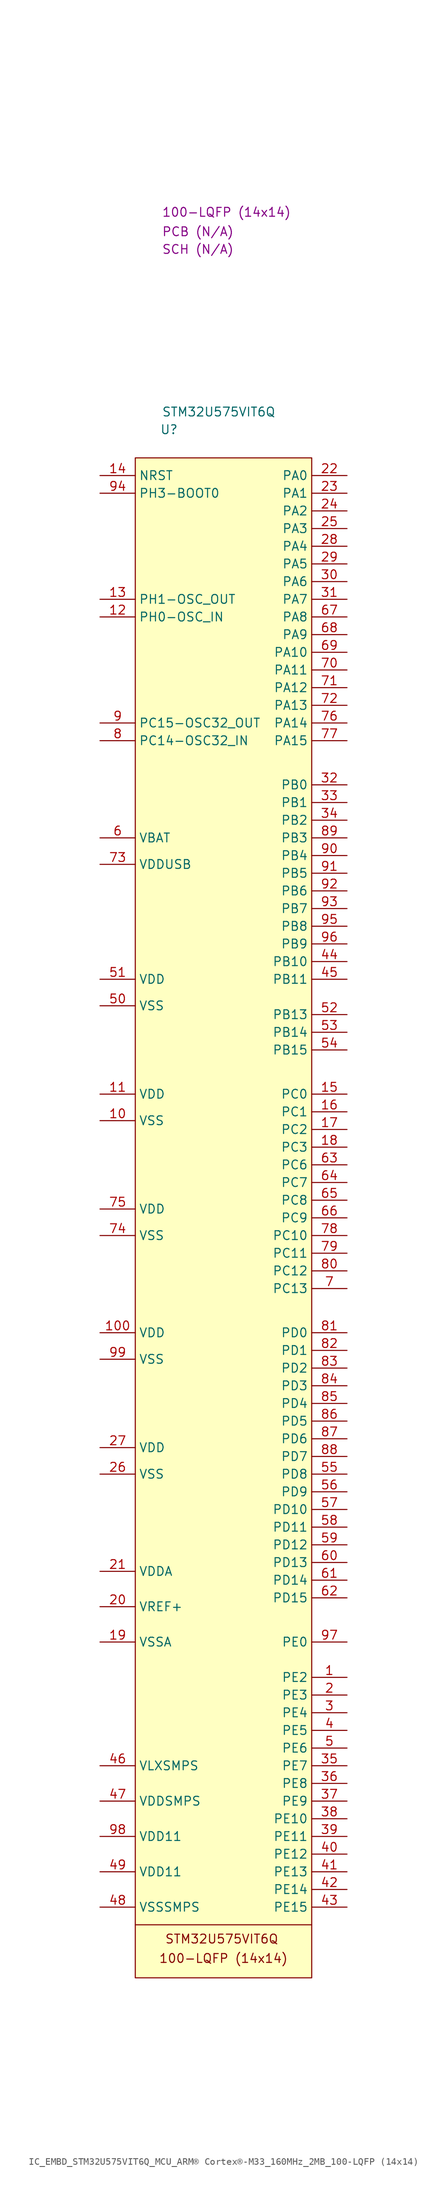
<source format=kicad_sym>
(kicad_symbol_lib
  (version 20231120)
  (generator "kicad_symbol_editor")
  (generator_version "8.0")
  (symbol "IC_EMBD_STM32U575VIT6Q_MCU_ARM® Cortex®-M33_160MHz_2MB_100-LQFP (14x14)"
    (property "Reference" "U"
      (at 3.556 4.064 0)
      (effects (font (size 1.27 1.27)) (justify left)))
    (property "Value" "STM32U575VIT6Q"
      (at 3.81 6.604 0)
      (effects (font (size 1.27 1.27)) (justify left)))
    (property "Package" "100-LQFP (14x14)"
      (at 3.81 35.306 0)
      (effects (font (size 1.27 1.27)) (justify left)))
    (property "SCH CHECK" "SCH (N/A)"
      (at 3.81 29.972 0)
      (effects (font (size 1.27 1.27)) (justify left)))
    (property "PCB CHECK" "PCB (N/A)"
      (at 3.81 32.512 0)
      (effects (font (size 1.27 1.27)) (justify left)))
    (symbol "IC_EMBD_STM32U575VIT6Q_MCU_ARM® Cortex®-M33_160MHz_2MB_100-LQFP (14x14)_0_1"
      (polyline (pts (xy 0 -210.82) (xy 25.4 -210.82)) (stroke (width 0) (type default)) (fill (type none))))
    (symbol "IC_EMBD_STM32U575VIT6Q_MCU_ARM® Cortex®-M33_160MHz_2MB_100-LQFP (14x14)_1_1"
      (rectangle (start 0 0) (end 25.4 -218.44) (stroke (width 0) (type default)) (fill (type background)))
      (text "100-LQFP (14x14)" (at 12.7 -215.646 0) (effects (font (size 1.27 1.27))))
      (text "STM32U575VIT6Q" (at 12.446 -212.852 0) (effects (font (size 1.27 1.27))))
      (pin passive line (at 30.48 -175.26 180) (length 5.08) (name "PE2" (effects (font (size 1.27 1.27)))) (number "1" (effects (font (size 1.27 1.27)))))
      (pin passive line (at -5.08 -95.25 0) (length 5.08) (name "VSS" (effects (font (size 1.27 1.27)))) (number "10" (effects (font (size 1.27 1.27)))))
      (pin passive line (at -5.08 -125.73 0) (length 5.08) (name "VDD" (effects (font (size 1.27 1.27)))) (number "100" (effects (font (size 1.27 1.27)))))
      (pin passive line (at -5.08 -91.44 0) (length 5.08) (name "VDD" (effects (font (size 1.27 1.27)))) (number "11" (effects (font (size 1.27 1.27)))))
      (pin passive line (at -5.08 -22.86 0) (length 5.08) (name "PH0-OSC_IN" (effects (font (size 1.27 1.27)))) (number "12" (effects (font (size 1.27 1.27)))))
      (pin passive line (at -5.08 -20.32 0) (length 5.08) (name "PH1-OSC_OUT" (effects (font (size 1.27 1.27)))) (number "13" (effects (font (size 1.27 1.27)))))
      (pin passive line (at -5.08 -2.54 0) (length 5.08) (name "NRST" (effects (font (size 1.27 1.27)))) (number "14" (effects (font (size 1.27 1.27)))))
      (pin passive line (at 30.48 -91.44 180) (length 5.08) (name "PC0" (effects (font (size 1.27 1.27)))) (number "15" (effects (font (size 1.27 1.27)))))
      (pin passive line (at 30.48 -93.98 180) (length 5.08) (name "PC1" (effects (font (size 1.27 1.27)))) (number "16" (effects (font (size 1.27 1.27)))))
      (pin passive line (at 30.48 -96.52 180) (length 5.08) (name "PC2" (effects (font (size 1.27 1.27)))) (number "17" (effects (font (size 1.27 1.27)))))
      (pin passive line (at 30.48 -99.06 180) (length 5.08) (name "PC3" (effects (font (size 1.27 1.27)))) (number "18" (effects (font (size 1.27 1.27)))))
      (pin passive line (at -5.08 -170.18 0) (length 5.08) (name "VSSA" (effects (font (size 1.27 1.27)))) (number "19" (effects (font (size 1.27 1.27)))))
      (pin passive line (at 30.48 -177.8 180) (length 5.08) (name "PE3" (effects (font (size 1.27 1.27)))) (number "2" (effects (font (size 1.27 1.27)))))
      (pin passive line (at -5.08 -165.1 0) (length 5.08) (name "VREF+" (effects (font (size 1.27 1.27)))) (number "20" (effects (font (size 1.27 1.27)))))
      (pin passive line (at -5.08 -160.02 0) (length 5.08) (name "VDDA" (effects (font (size 1.27 1.27)))) (number "21" (effects (font (size 1.27 1.27)))))
      (pin passive line (at 30.48 -2.54 180) (length 5.08) (name "PA0" (effects (font (size 1.27 1.27)))) (number "22" (effects (font (size 1.27 1.27)))))
      (pin passive line (at 30.48 -5.08 180) (length 5.08) (name "PA1" (effects (font (size 1.27 1.27)))) (number "23" (effects (font (size 1.27 1.27)))))
      (pin passive line (at 30.48 -7.62 180) (length 5.08) (name "PA2" (effects (font (size 1.27 1.27)))) (number "24" (effects (font (size 1.27 1.27)))))
      (pin passive line (at 30.48 -10.16 180) (length 5.08) (name "PA3" (effects (font (size 1.27 1.27)))) (number "25" (effects (font (size 1.27 1.27)))))
      (pin passive line (at -5.08 -146.05 0) (length 5.08) (name "VSS" (effects (font (size 1.27 1.27)))) (number "26" (effects (font (size 1.27 1.27)))))
      (pin passive line (at -5.08 -142.24 0) (length 5.08) (name "VDD" (effects (font (size 1.27 1.27)))) (number "27" (effects (font (size 1.27 1.27)))))
      (pin passive line (at 30.48 -12.7 180) (length 5.08) (name "PA4" (effects (font (size 1.27 1.27)))) (number "28" (effects (font (size 1.27 1.27)))))
      (pin passive line (at 30.48 -15.24 180) (length 5.08) (name "PA5" (effects (font (size 1.27 1.27)))) (number "29" (effects (font (size 1.27 1.27)))))
      (pin passive line (at 30.48 -180.34 180) (length 5.08) (name "PE4" (effects (font (size 1.27 1.27)))) (number "3" (effects (font (size 1.27 1.27)))))
      (pin passive line (at 30.48 -17.78 180) (length 5.08) (name "PA6" (effects (font (size 1.27 1.27)))) (number "30" (effects (font (size 1.27 1.27)))))
      (pin passive line (at 30.48 -20.32 180) (length 5.08) (name "PA7" (effects (font (size 1.27 1.27)))) (number "31" (effects (font (size 1.27 1.27)))))
      (pin passive line (at 30.48 -46.99 180) (length 5.08) (name "PB0" (effects (font (size 1.27 1.27)))) (number "32" (effects (font (size 1.27 1.27)))))
      (pin passive line (at 30.48 -49.53 180) (length 5.08) (name "PB1" (effects (font (size 1.27 1.27)))) (number "33" (effects (font (size 1.27 1.27)))))
      (pin passive line (at 30.48 -52.07 180) (length 5.08) (name "PB2" (effects (font (size 1.27 1.27)))) (number "34" (effects (font (size 1.27 1.27)))))
      (pin passive line (at 30.48 -187.96 180) (length 5.08) (name "PE7" (effects (font (size 1.27 1.27)))) (number "35" (effects (font (size 1.27 1.27)))))
      (pin passive line (at 30.48 -190.5 180) (length 5.08) (name "PE8" (effects (font (size 1.27 1.27)))) (number "36" (effects (font (size 1.27 1.27)))))
      (pin passive line (at 30.48 -193.04 180) (length 5.08) (name "PE9" (effects (font (size 1.27 1.27)))) (number "37" (effects (font (size 1.27 1.27)))))
      (pin passive line (at 30.48 -195.58 180) (length 5.08) (name "PE10" (effects (font (size 1.27 1.27)))) (number "38" (effects (font (size 1.27 1.27)))))
      (pin passive line (at 30.48 -198.12 180) (length 5.08) (name "PE11" (effects (font (size 1.27 1.27)))) (number "39" (effects (font (size 1.27 1.27)))))
      (pin passive line (at 30.48 -182.88 180) (length 5.08) (name "PE5" (effects (font (size 1.27 1.27)))) (number "4" (effects (font (size 1.27 1.27)))))
      (pin passive line (at 30.48 -200.66 180) (length 5.08) (name "PE12" (effects (font (size 1.27 1.27)))) (number "40" (effects (font (size 1.27 1.27)))))
      (pin passive line (at 30.48 -203.2 180) (length 5.08) (name "PE13" (effects (font (size 1.27 1.27)))) (number "41" (effects (font (size 1.27 1.27)))))
      (pin passive line (at 30.48 -205.74 180) (length 5.08) (name "PE14" (effects (font (size 1.27 1.27)))) (number "42" (effects (font (size 1.27 1.27)))))
      (pin passive line (at 30.48 -208.28 180) (length 5.08) (name "PE15" (effects (font (size 1.27 1.27)))) (number "43" (effects (font (size 1.27 1.27)))))
      (pin passive line (at 30.48 -72.39 180) (length 5.08) (name "PB10" (effects (font (size 1.27 1.27)))) (number "44" (effects (font (size 1.27 1.27)))))
      (pin passive line (at 30.48 -74.93 180) (length 5.08) (name "PB11" (effects (font (size 1.27 1.27)))) (number "45" (effects (font (size 1.27 1.27)))))
      (pin passive line (at -5.08 -187.96 0) (length 5.08) (name "VLXSMPS" (effects (font (size 1.27 1.27)))) (number "46" (effects (font (size 1.27 1.27)))))
      (pin passive line (at -5.08 -193.04 0) (length 5.08) (name "VDDSMPS" (effects (font (size 1.27 1.27)))) (number "47" (effects (font (size 1.27 1.27)))))
      (pin passive line (at -5.08 -208.28 0) (length 5.08) (name "VSSSMPS" (effects (font (size 1.27 1.27)))) (number "48" (effects (font (size 1.27 1.27)))))
      (pin passive line (at -5.08 -203.2 0) (length 5.08) (name "VDD11" (effects (font (size 1.27 1.27)))) (number "49" (effects (font (size 1.27 1.27)))))
      (pin passive line (at 30.48 -185.42 180) (length 5.08) (name "PE6" (effects (font (size 1.27 1.27)))) (number "5" (effects (font (size 1.27 1.27)))))
      (pin passive line (at -5.08 -78.74 0) (length 5.08) (name "VSS" (effects (font (size 1.27 1.27)))) (number "50" (effects (font (size 1.27 1.27)))))
      (pin passive line (at -5.08 -74.93 0) (length 5.08) (name "VDD" (effects (font (size 1.27 1.27)))) (number "51" (effects (font (size 1.27 1.27)))))
      (pin passive line (at 30.48 -80.01 180) (length 5.08) (name "PB13" (effects (font (size 1.27 1.27)))) (number "52" (effects (font (size 1.27 1.27)))))
      (pin passive line (at 30.48 -82.55 180) (length 5.08) (name "PB14" (effects (font (size 1.27 1.27)))) (number "53" (effects (font (size 1.27 1.27)))))
      (pin passive line (at 30.48 -85.09 180) (length 5.08) (name "PB15" (effects (font (size 1.27 1.27)))) (number "54" (effects (font (size 1.27 1.27)))))
      (pin passive line (at 30.48 -146.05 180) (length 5.08) (name "PD8" (effects (font (size 1.27 1.27)))) (number "55" (effects (font (size 1.27 1.27)))))
      (pin passive line (at 30.48 -148.59 180) (length 5.08) (name "PD9" (effects (font (size 1.27 1.27)))) (number "56" (effects (font (size 1.27 1.27)))))
      (pin passive line (at 30.48 -151.13 180) (length 5.08) (name "PD10" (effects (font (size 1.27 1.27)))) (number "57" (effects (font (size 1.27 1.27)))))
      (pin passive line (at 30.48 -153.67 180) (length 5.08) (name "PD11" (effects (font (size 1.27 1.27)))) (number "58" (effects (font (size 1.27 1.27)))))
      (pin passive line (at 30.48 -156.21 180) (length 5.08) (name "PD12" (effects (font (size 1.27 1.27)))) (number "59" (effects (font (size 1.27 1.27)))))
      (pin passive line (at -5.08 -54.61 0) (length 5.08) (name "VBAT" (effects (font (size 1.27 1.27)))) (number "6" (effects (font (size 1.27 1.27)))))
      (pin passive line (at 30.48 -158.75 180) (length 5.08) (name "PD13" (effects (font (size 1.27 1.27)))) (number "60" (effects (font (size 1.27 1.27)))))
      (pin passive line (at 30.48 -161.29 180) (length 5.08) (name "PD14" (effects (font (size 1.27 1.27)))) (number "61" (effects (font (size 1.27 1.27)))))
      (pin passive line (at 30.48 -163.83 180) (length 5.08) (name "PD15" (effects (font (size 1.27 1.27)))) (number "62" (effects (font (size 1.27 1.27)))))
      (pin passive line (at 30.48 -101.6 180) (length 5.08) (name "PC6" (effects (font (size 1.27 1.27)))) (number "63" (effects (font (size 1.27 1.27)))))
      (pin passive line (at 30.48 -104.14 180) (length 5.08) (name "PC7" (effects (font (size 1.27 1.27)))) (number "64" (effects (font (size 1.27 1.27)))))
      (pin passive line (at 30.48 -106.68 180) (length 5.08) (name "PC8" (effects (font (size 1.27 1.27)))) (number "65" (effects (font (size 1.27 1.27)))))
      (pin passive line (at 30.48 -109.22 180) (length 5.08) (name "PC9" (effects (font (size 1.27 1.27)))) (number "66" (effects (font (size 1.27 1.27)))))
      (pin passive line (at 30.48 -22.86 180) (length 5.08) (name "PA8" (effects (font (size 1.27 1.27)))) (number "67" (effects (font (size 1.27 1.27)))))
      (pin passive line (at 30.48 -25.4 180) (length 5.08) (name "PA9" (effects (font (size 1.27 1.27)))) (number "68" (effects (font (size 1.27 1.27)))))
      (pin passive line (at 30.48 -27.94 180) (length 5.08) (name "PA10" (effects (font (size 1.27 1.27)))) (number "69" (effects (font (size 1.27 1.27)))))
      (pin passive line (at 30.48 -119.38 180) (length 5.08) (name "PC13" (effects (font (size 1.27 1.27)))) (number "7" (effects (font (size 1.27 1.27)))))
      (pin passive line (at 30.48 -30.48 180) (length 5.08) (name "PA11" (effects (font (size 1.27 1.27)))) (number "70" (effects (font (size 1.27 1.27)))))
      (pin passive line (at 30.48 -33.02 180) (length 5.08) (name "PA12" (effects (font (size 1.27 1.27)))) (number "71" (effects (font (size 1.27 1.27)))))
      (pin passive line (at 30.48 -35.56 180) (length 5.08) (name "PA13" (effects (font (size 1.27 1.27)))) (number "72" (effects (font (size 1.27 1.27)))))
      (pin passive line (at -5.08 -58.42 0) (length 5.08) (name "VDDUSB" (effects (font (size 1.27 1.27)))) (number "73" (effects (font (size 1.27 1.27)))))
      (pin passive line (at -5.08 -111.76 0) (length 5.08) (name "VSS" (effects (font (size 1.27 1.27)))) (number "74" (effects (font (size 1.27 1.27)))))
      (pin passive line (at -5.08 -107.95 0) (length 5.08) (name "VDD" (effects (font (size 1.27 1.27)))) (number "75" (effects (font (size 1.27 1.27)))))
      (pin passive line (at 30.48 -38.1 180) (length 5.08) (name "PA14" (effects (font (size 1.27 1.27)))) (number "76" (effects (font (size 1.27 1.27)))))
      (pin passive line (at 30.48 -40.64 180) (length 5.08) (name "PA15" (effects (font (size 1.27 1.27)))) (number "77" (effects (font (size 1.27 1.27)))))
      (pin passive line (at 30.48 -111.76 180) (length 5.08) (name "PC10" (effects (font (size 1.27 1.27)))) (number "78" (effects (font (size 1.27 1.27)))))
      (pin passive line (at 30.48 -114.3 180) (length 5.08) (name "PC11" (effects (font (size 1.27 1.27)))) (number "79" (effects (font (size 1.27 1.27)))))
      (pin passive line (at -5.08 -40.64 0) (length 5.08) (name "PC14-OSC32_IN" (effects (font (size 1.27 1.27)))) (number "8" (effects (font (size 1.27 1.27)))))
      (pin passive line (at 30.48 -116.84 180) (length 5.08) (name "PC12" (effects (font (size 1.27 1.27)))) (number "80" (effects (font (size 1.27 1.27)))))
      (pin passive line (at 30.48 -125.73 180) (length 5.08) (name "PD0" (effects (font (size 1.27 1.27)))) (number "81" (effects (font (size 1.27 1.27)))))
      (pin passive line (at 30.48 -128.27 180) (length 5.08) (name "PD1" (effects (font (size 1.27 1.27)))) (number "82" (effects (font (size 1.27 1.27)))))
      (pin passive line (at 30.48 -130.81 180) (length 5.08) (name "PD2" (effects (font (size 1.27 1.27)))) (number "83" (effects (font (size 1.27 1.27)))))
      (pin passive line (at 30.48 -133.35 180) (length 5.08) (name "PD3" (effects (font (size 1.27 1.27)))) (number "84" (effects (font (size 1.27 1.27)))))
      (pin passive line (at 30.48 -135.89 180) (length 5.08) (name "PD4" (effects (font (size 1.27 1.27)))) (number "85" (effects (font (size 1.27 1.27)))))
      (pin passive line (at 30.48 -138.43 180) (length 5.08) (name "PD5" (effects (font (size 1.27 1.27)))) (number "86" (effects (font (size 1.27 1.27)))))
      (pin passive line (at 30.48 -140.97 180) (length 5.08) (name "PD6" (effects (font (size 1.27 1.27)))) (number "87" (effects (font (size 1.27 1.27)))))
      (pin passive line (at 30.48 -143.51 180) (length 5.08) (name "PD7" (effects (font (size 1.27 1.27)))) (number "88" (effects (font (size 1.27 1.27)))))
      (pin passive line (at 30.48 -54.61 180) (length 5.08) (name "PB3" (effects (font (size 1.27 1.27)))) (number "89" (effects (font (size 1.27 1.27)))))
      (pin passive line (at -5.08 -38.1 0) (length 5.08) (name "PC15-OSC32_OUT" (effects (font (size 1.27 1.27)))) (number "9" (effects (font (size 1.27 1.27)))))
      (pin passive line (at 30.48 -57.15 180) (length 5.08) (name "PB4" (effects (font (size 1.27 1.27)))) (number "90" (effects (font (size 1.27 1.27)))))
      (pin passive line (at 30.48 -59.69 180) (length 5.08) (name "PB5" (effects (font (size 1.27 1.27)))) (number "91" (effects (font (size 1.27 1.27)))))
      (pin passive line (at 30.48 -62.23 180) (length 5.08) (name "PB6" (effects (font (size 1.27 1.27)))) (number "92" (effects (font (size 1.27 1.27)))))
      (pin passive line (at 30.48 -64.77 180) (length 5.08) (name "PB7" (effects (font (size 1.27 1.27)))) (number "93" (effects (font (size 1.27 1.27)))))
      (pin passive line (at -5.08 -5.08 0) (length 5.08) (name "PH3-BOOT0" (effects (font (size 1.27 1.27)))) (number "94" (effects (font (size 1.27 1.27)))))
      (pin passive line (at 30.48 -67.31 180) (length 5.08) (name "PB8" (effects (font (size 1.27 1.27)))) (number "95" (effects (font (size 1.27 1.27)))))
      (pin passive line (at 30.48 -69.85 180) (length 5.08) (name "PB9" (effects (font (size 1.27 1.27)))) (number "96" (effects (font (size 1.27 1.27)))))
      (pin passive line (at 30.48 -170.18 180) (length 5.08) (name "PE0" (effects (font (size 1.27 1.27)))) (number "97" (effects (font (size 1.27 1.27)))))
      (pin passive line (at -5.08 -198.12 0) (length 5.08) (name "VDD11" (effects (font (size 1.27 1.27)))) (number "98" (effects (font (size 1.27 1.27)))))
      (pin passive line (at -5.08 -129.54 0) (length 5.08) (name "VSS" (effects (font (size 1.27 1.27)))) (number "99" (effects (font (size 1.27 1.27))))))))
</source>
